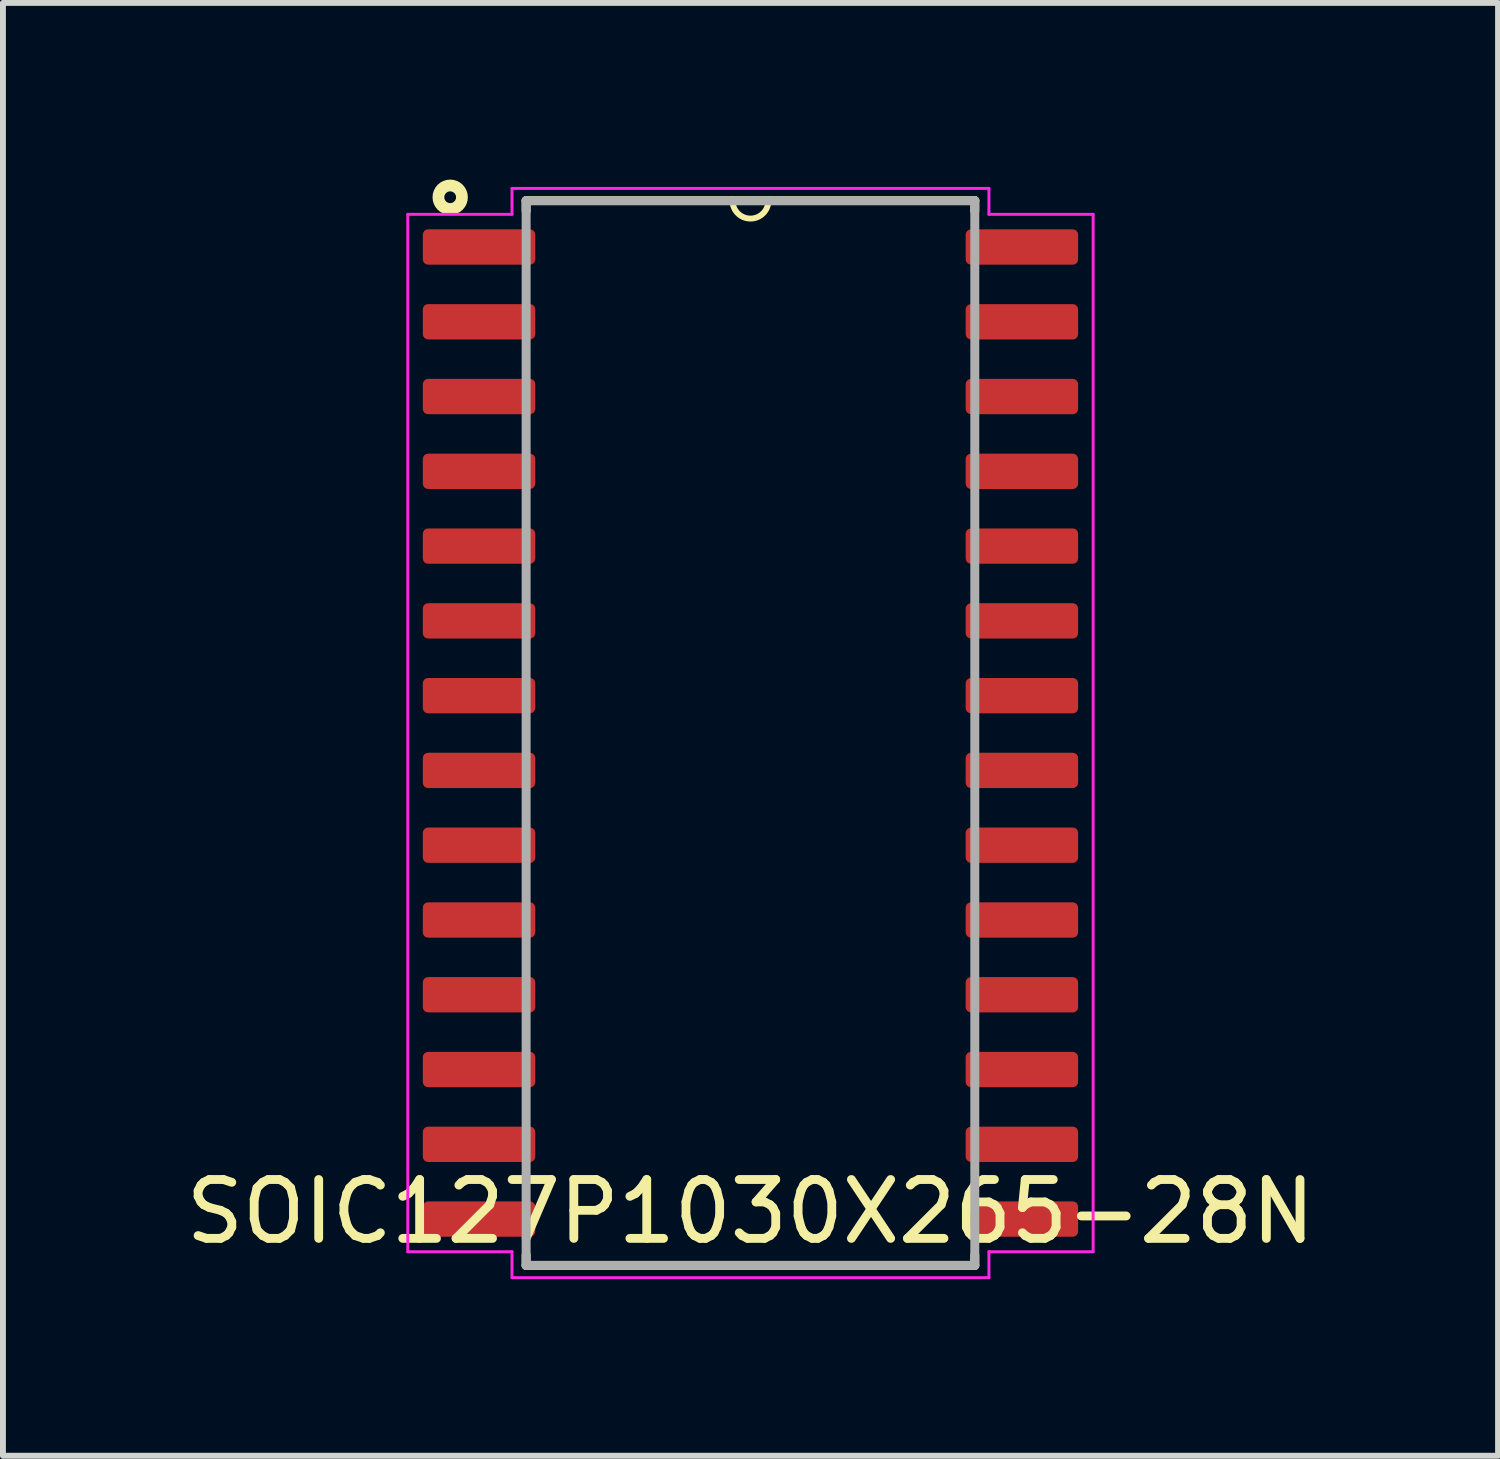
<source format=kicad_pcb>
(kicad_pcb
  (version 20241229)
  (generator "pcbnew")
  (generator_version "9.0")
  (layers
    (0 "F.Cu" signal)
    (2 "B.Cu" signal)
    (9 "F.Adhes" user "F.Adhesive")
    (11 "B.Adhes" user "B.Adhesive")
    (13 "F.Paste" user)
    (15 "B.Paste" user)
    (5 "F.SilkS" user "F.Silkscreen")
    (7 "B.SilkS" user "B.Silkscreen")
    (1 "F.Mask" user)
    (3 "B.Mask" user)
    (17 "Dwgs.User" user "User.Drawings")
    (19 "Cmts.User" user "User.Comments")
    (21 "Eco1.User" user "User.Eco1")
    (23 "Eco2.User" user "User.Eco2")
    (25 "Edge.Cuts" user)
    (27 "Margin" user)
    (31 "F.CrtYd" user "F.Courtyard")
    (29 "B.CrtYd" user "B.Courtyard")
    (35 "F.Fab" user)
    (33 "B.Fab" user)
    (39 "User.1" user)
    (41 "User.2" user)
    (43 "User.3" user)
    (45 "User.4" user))
  (footprint "SOIC127P1030X265-28N"
    (layer "F.Cu")
    (at 9.696 9.4)
    (property "Reference" "SOIC127P1030X265-28N" (at 0 8.128 0) (layer "F.SilkS") (effects (font (size 1 1) (thickness 0.15))))
    (attr through_hole)
    (fp_line (start -3.81 -9.042) (end -3.81 -8.865) (stroke (width 0.152) (type solid)) (layer "F.SilkS"))
    (fp_line (start -3.81 8.865) (end -3.81 9.042) (stroke (width 0.152) (type solid)) (layer "F.SilkS"))
    (fp_line (start -3.81 9.042) (end 3.81 9.042) (stroke (width 0.152) (type solid)) (layer "F.SilkS"))
    (fp_line (start -0.305 -9.042) (end -3.81 -9.042) (stroke (width 0.152) (type solid)) (layer "F.SilkS"))
    (fp_line (start 0.305 -9.042) (end -0.305 -9.042) (stroke (width 0.152) (type solid)) (layer "F.SilkS"))
    (fp_line (start 3.81 -9.042) (end 0.305 -9.042) (stroke (width 0.152) (type solid)) (layer "F.SilkS"))
    (fp_line (start 3.81 -8.865) (end 3.81 -9.042) (stroke (width 0.152) (type solid)) (layer "F.SilkS"))
    (fp_line (start 3.81 9.042) (end 3.81 8.865) (stroke (width 0.152) (type solid)) (layer "F.SilkS"))
    (fp_arc (start 0.3048 -9.0424) (mid 0 -8.7376) (end -0.3048 -9.0424) (stroke (width 0.1) (type solid)) (layer "F.SilkS"))
    (fp_circle (center -5.1 -9.1) (end -4.9 -9.1) (stroke (width 0.2) (type solid)) (fill no) (layer "F.SilkS"))
    (fp_line (start -5.82 -8.81) (end -4.05 -8.81) (stroke (width 0.05) (type solid)) (layer "F.CrtYd"))
    (fp_line (start -5.82 8.81) (end -5.82 -8.81) (stroke (width 0.05) (type solid)) (layer "F.CrtYd"))
    (fp_line (start -4.05 -9.25) (end 4.05 -9.25) (stroke (width 0.05) (type solid)) (layer "F.CrtYd"))
    (fp_line (start -4.05 -8.81) (end -4.05 -9.25) (stroke (width 0.05) (type solid)) (layer "F.CrtYd"))
    (fp_line (start -4.05 8.81) (end -5.82 8.81) (stroke (width 0.05) (type solid)) (layer "F.CrtYd"))
    (fp_line (start -4.05 9.25) (end -4.05 8.81) (stroke (width 0.05) (type solid)) (layer "F.CrtYd"))
    (fp_line (start 4.05 -9.25) (end 4.05 -8.81) (stroke (width 0.05) (type solid)) (layer "F.CrtYd"))
    (fp_line (start 4.05 -8.81) (end 5.82 -8.81) (stroke (width 0.05) (type solid)) (layer "F.CrtYd"))
    (fp_line (start 4.05 8.81) (end 4.05 9.25) (stroke (width 0.05) (type solid)) (layer "F.CrtYd"))
    (fp_line (start 4.05 9.25) (end -4.05 9.25) (stroke (width 0.05) (type solid)) (layer "F.CrtYd"))
    (fp_line (start 5.82 -8.81) (end 5.82 8.81) (stroke (width 0.05) (type solid)) (layer "F.CrtYd"))
    (fp_line (start 5.82 8.81) (end 4.05 8.81) (stroke (width 0.05) (type solid)) (layer "F.CrtYd"))
    (fp_line (start -3.81 -9.042) (end -3.81 9.042) (stroke (width 0.152) (type solid)) (layer "F.Fab"))
    (fp_line (start -3.81 9.042) (end 3.81 9.042) (stroke (width 0.152) (type solid)) (layer "F.Fab"))
    (fp_line (start 3.81 -9.042) (end -3.81 -9.042) (stroke (width 0.152) (type solid)) (layer "F.Fab"))
    (fp_line (start 3.81 9.042) (end 3.81 -9.042) (stroke (width 0.152) (type solid)) (layer "F.Fab"))
    (pad "1" smd roundrect (at -4.61 -8.255) (size 1.91 0.6) (layers "F.Cu" "F.Mask" "F.Paste") (roundrect_rratio 0.15))
    (pad "2" smd roundrect (at -4.61 -6.985) (size 1.91 0.6) (layers "F.Cu" "F.Mask" "F.Paste") (roundrect_rratio 0.15))
    (pad "3" smd roundrect (at -4.61 -5.715) (size 1.91 0.6) (layers "F.Cu" "F.Mask" "F.Paste") (roundrect_rratio 0.15))
    (pad "4" smd roundrect (at -4.61 -4.445) (size 1.91 0.6) (layers "F.Cu" "F.Mask" "F.Paste") (roundrect_rratio 0.15))
    (pad "5" smd roundrect (at -4.61 -3.175) (size 1.91 0.6) (layers "F.Cu" "F.Mask" "F.Paste") (roundrect_rratio 0.15))
    (pad "6" smd roundrect (at -4.61 -1.905) (size 1.91 0.6) (layers "F.Cu" "F.Mask" "F.Paste") (roundrect_rratio 0.15))
    (pad "7" smd roundrect (at -4.61 -0.635) (size 1.91 0.6) (layers "F.Cu" "F.Mask" "F.Paste") (roundrect_rratio 0.15))
    (pad "8" smd roundrect (at -4.61 0.635) (size 1.91 0.6) (layers "F.Cu" "F.Mask" "F.Paste") (roundrect_rratio 0.15))
    (pad "9" smd roundrect (at -4.61 1.905) (size 1.91 0.6) (layers "F.Cu" "F.Mask" "F.Paste") (roundrect_rratio 0.15))
    (pad "10" smd roundrect (at -4.61 3.175) (size 1.91 0.6) (layers "F.Cu" "F.Mask" "F.Paste") (roundrect_rratio 0.15))
    (pad "11" smd roundrect (at -4.61 4.445) (size 1.91 0.6) (layers "F.Cu" "F.Mask" "F.Paste") (roundrect_rratio 0.15))
    (pad "12" smd roundrect (at -4.61 5.715) (size 1.91 0.6) (layers "F.Cu" "F.Mask" "F.Paste") (roundrect_rratio 0.15))
    (pad "13" smd roundrect (at -4.61 6.985) (size 1.91 0.6) (layers "F.Cu" "F.Mask" "F.Paste") (roundrect_rratio 0.15))
    (pad "14" smd roundrect (at -4.61 8.255) (size 1.91 0.6) (layers "F.Cu" "F.Mask" "F.Paste") (roundrect_rratio 0.15))
    (pad "15" smd roundrect (at 4.61 8.255) (size 1.91 0.6) (layers "F.Cu" "F.Mask" "F.Paste") (roundrect_rratio 0.15))
    (pad "16" smd roundrect (at 4.61 6.985) (size 1.91 0.6) (layers "F.Cu" "F.Mask" "F.Paste") (roundrect_rratio 0.15))
    (pad "17" smd roundrect (at 4.61 5.715) (size 1.91 0.6) (layers "F.Cu" "F.Mask" "F.Paste") (roundrect_rratio 0.15))
    (pad "18" smd roundrect (at 4.61 4.445) (size 1.91 0.6) (layers "F.Cu" "F.Mask" "F.Paste") (roundrect_rratio 0.15))
    (pad "19" smd roundrect (at 4.61 3.175) (size 1.91 0.6) (layers "F.Cu" "F.Mask" "F.Paste") (roundrect_rratio 0.15))
    (pad "20" smd roundrect (at 4.61 1.905) (size 1.91 0.6) (layers "F.Cu" "F.Mask" "F.Paste") (roundrect_rratio 0.15))
    (pad "21" smd roundrect (at 4.61 0.635) (size 1.91 0.6) (layers "F.Cu" "F.Mask" "F.Paste") (roundrect_rratio 0.15))
    (pad "22" smd roundrect (at 4.61 -0.635) (size 1.91 0.6) (layers "F.Cu" "F.Mask" "F.Paste") (roundrect_rratio 0.15))
    (pad "23" smd roundrect (at 4.61 -1.905) (size 1.91 0.6) (layers "F.Cu" "F.Mask" "F.Paste") (roundrect_rratio 0.15))
    (pad "24" smd roundrect (at 4.61 -3.175) (size 1.91 0.6) (layers "F.Cu" "F.Mask" "F.Paste") (roundrect_rratio 0.15))
    (pad "25" smd roundrect (at 4.61 -4.445) (size 1.91 0.6) (layers "F.Cu" "F.Mask" "F.Paste") (roundrect_rratio 0.15))
    (pad "26" smd roundrect (at 4.61 -5.715) (size 1.91 0.6) (layers "F.Cu" "F.Mask" "F.Paste") (roundrect_rratio 0.15))
    (pad "27" smd roundrect (at 4.61 -6.985) (size 1.91 0.6) (layers "F.Cu" "F.Mask" "F.Paste") (roundrect_rratio 0.15))
    (pad "28" smd roundrect (at 4.61 -8.255) (size 1.91 0.6) (layers "F.Cu" "F.Mask" "F.Paste") (roundrect_rratio 0.15)))
  (gr_rect
    (start -3 -3)
    (end 22.393 21.675)
    (stroke (width 0.1) (type default))
    (fill no)
    (layer "Edge.Cuts")))
</source>
